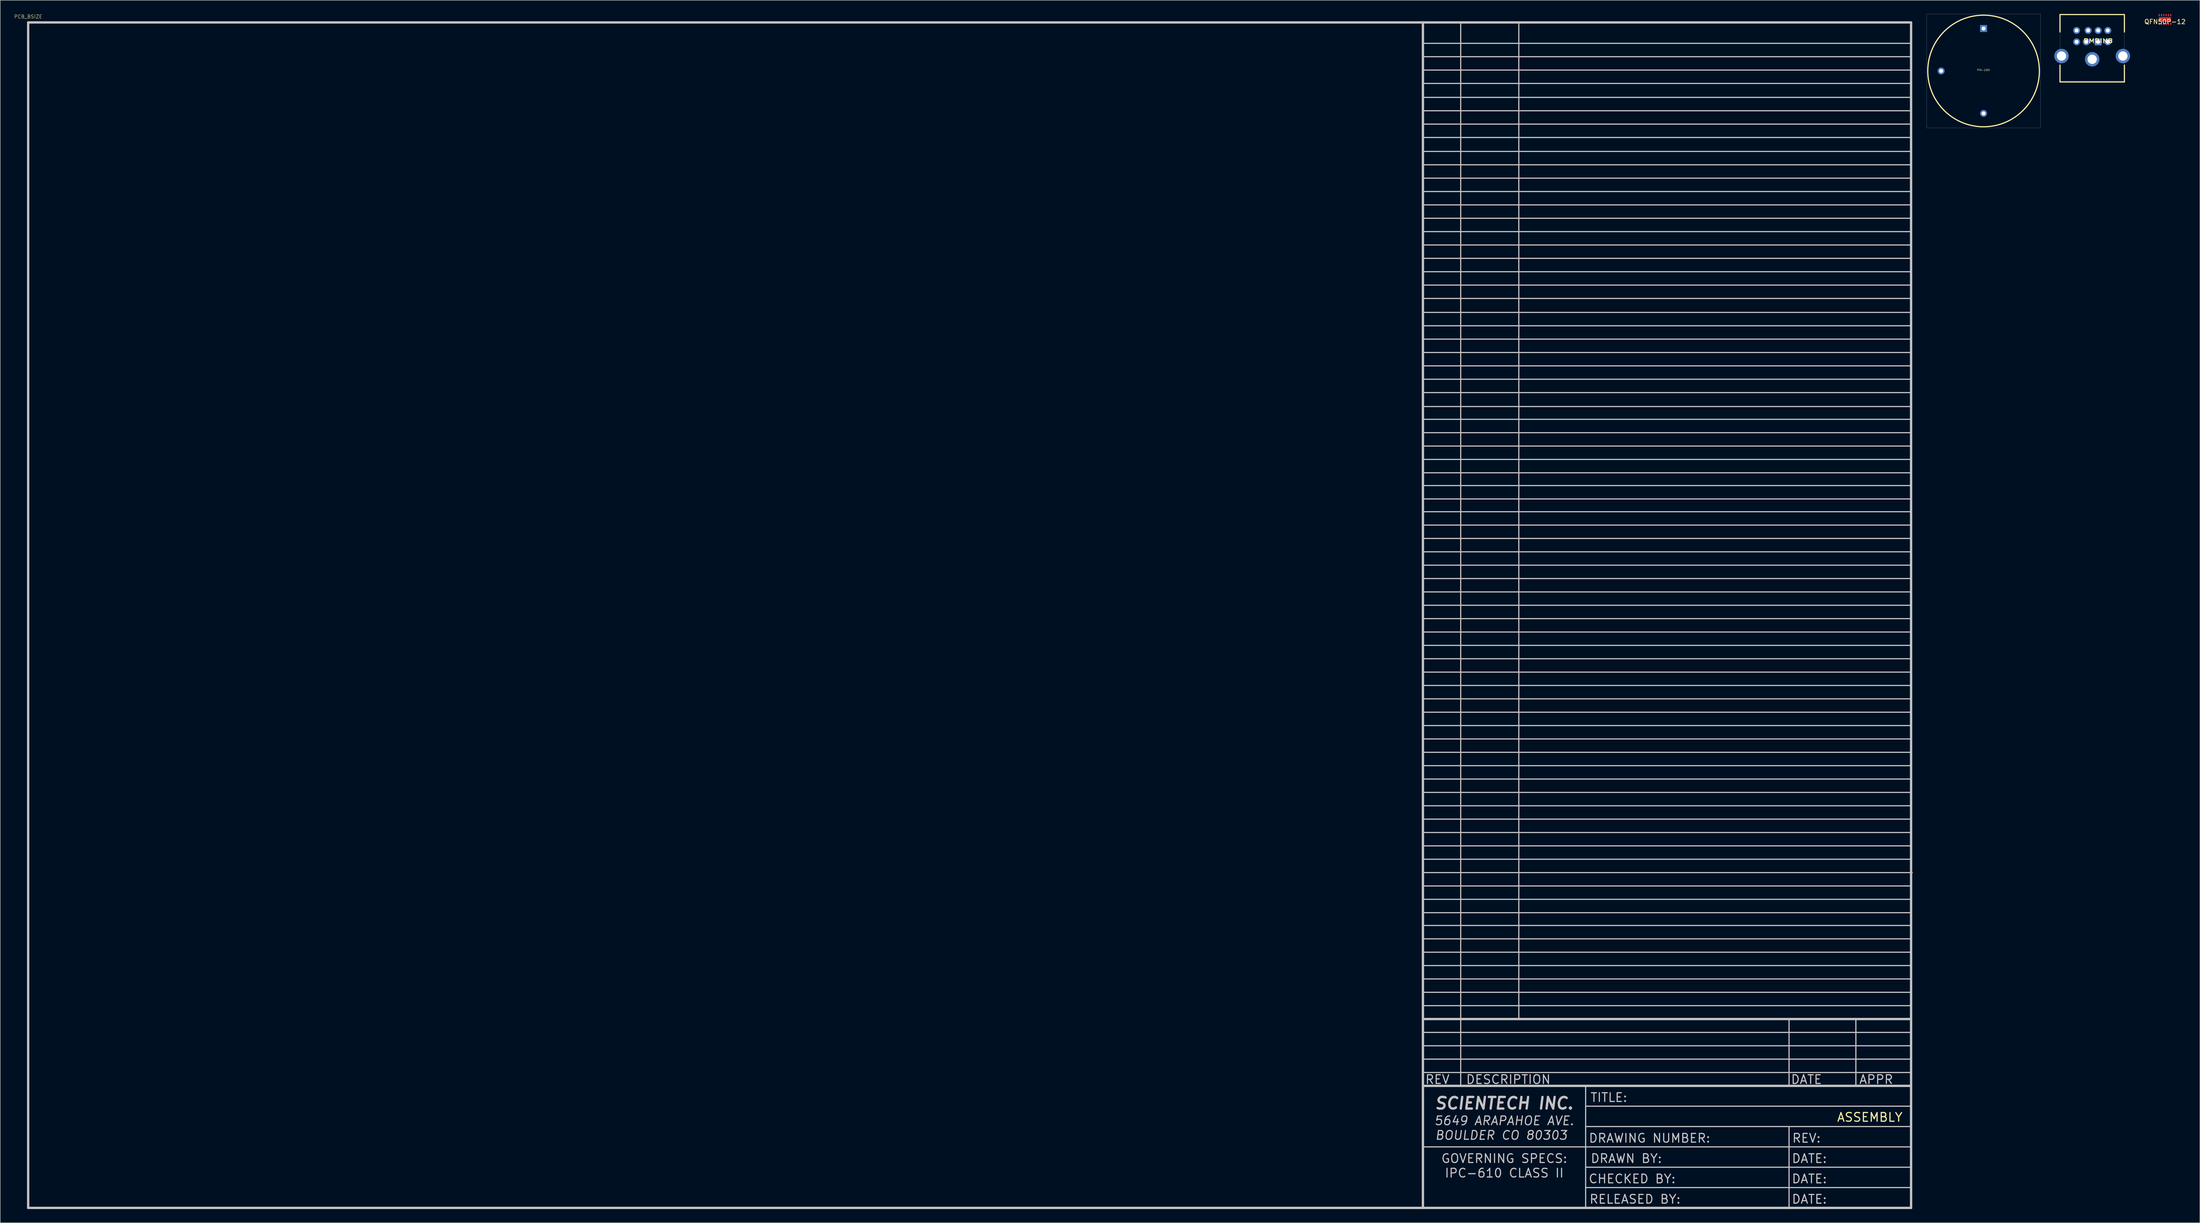
<source format=kicad_pcb>
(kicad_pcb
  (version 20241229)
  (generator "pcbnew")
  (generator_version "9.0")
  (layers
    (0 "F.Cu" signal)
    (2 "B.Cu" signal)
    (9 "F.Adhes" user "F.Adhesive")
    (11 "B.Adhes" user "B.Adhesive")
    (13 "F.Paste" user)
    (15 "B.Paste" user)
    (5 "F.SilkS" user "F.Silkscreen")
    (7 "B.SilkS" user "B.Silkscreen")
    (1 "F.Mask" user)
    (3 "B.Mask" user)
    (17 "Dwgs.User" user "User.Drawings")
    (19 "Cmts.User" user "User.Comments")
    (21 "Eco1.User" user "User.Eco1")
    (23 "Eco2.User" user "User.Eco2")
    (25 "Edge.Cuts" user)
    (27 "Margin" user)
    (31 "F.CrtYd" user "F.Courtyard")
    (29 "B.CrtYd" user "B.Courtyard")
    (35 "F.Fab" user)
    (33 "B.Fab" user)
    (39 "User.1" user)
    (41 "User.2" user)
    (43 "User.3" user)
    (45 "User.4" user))
  (footprint "QFN50P-12"
    (layer "F.Cu")
    (at 470.068 1.2)
    (property "Reference" "QFN50P-12" (at 0 0.5 0) (layer "F.SilkS") (effects (font (size 1 1) (thickness 0.15))))
    (attr smd)
    (pad "1" smd rect (at -1.25 0.95 90) (size 0.5 0.25) (layers "F.Cu" "F.Mask" "F.Paste"))
    (pad "2" smd rect (at -0.75 0.95 90) (size 0.5 0.25) (layers "F.Cu" "F.Mask" "F.Paste"))
    (pad "3" smd rect (at -0.25 0.95 90) (size 0.5 0.25) (layers "F.Cu" "F.Mask" "F.Paste"))
    (pad "4" smd rect (at 0.25 0.95 90) (size 0.5 0.25) (layers "F.Cu" "F.Mask" "F.Paste"))
    (pad "5" smd rect (at 0.75 0.95 90) (size 0.5 0.25) (layers "F.Cu" "F.Mask" "F.Paste"))
    (pad "6" smd rect (at 1.25 0.95 90) (size 0.5 0.25) (layers "F.Cu" "F.Mask" "F.Paste"))
    (pad "7" smd rect (at 1.25 -0.95 90) (size 0.5 0.25) (layers "F.Cu" "F.Mask" "F.Paste"))
    (pad "8" smd rect (at 0.75 -0.95 90) (size 0.5 0.25) (layers "F.Cu" "F.Mask" "F.Paste"))
    (pad "9" smd rect (at 0.25 -0.95 90) (size 0.5 0.25) (layers "F.Cu" "F.Mask" "F.Paste"))
    (pad "10" smd rect (at -0.25 -0.95 90) (size 0.5 0.25) (layers "F.Cu" "F.Mask" "F.Paste"))
    (pad "11" smd rect (at -0.75 -0.95 90) (size 0.5 0.25) (layers "F.Cu" "F.Mask" "F.Paste"))
    (pad "12" smd rect (at -1.25 -0.95 90) (size 0.5 0.25) (layers "F.Cu" "F.Mask" "F.Paste"))
    (pad "13" smd rect (at 0 0) (size 2.65 1) (layers "F.Cu" "F.Mask" "F.Paste")))
  (footprint "PIN-10DI"
    (layer "F.Cu")
    (at 430.424 12.459)
    (property "Reference" "PIN-10DI" (at 0 -0.201 0) (layer "F.SilkS") (effects (font (size 0.399 0.399) (thickness 0.051))))
    (attr smd)
    (fp_circle (center 0 0) (end 12.192 0) (stroke (width 0.254) (type solid)) (fill no) (layer "F.SilkS"))
    (fp_line (start -12.446 -12.446) (end -12.446 12.446) (stroke (width 0.025) (type solid)) (layer "Dwgs.User"))
    (fp_line (start -12.446 12.446) (end 12.446 12.446) (stroke (width 0.025) (type solid)) (layer "Dwgs.User"))
    (fp_line (start 12.446 -12.446) (end -12.446 -12.446) (stroke (width 0.025) (type solid)) (layer "Dwgs.User"))
    (fp_line (start 12.446 12.446) (end 12.446 -12.446) (stroke (width 0.025) (type solid)) (layer "Dwgs.User"))
    (fp_circle (center 0 0) (end 12.192 0) (stroke (width 0.254) (type solid)) (fill no) (layer "Eco1.User"))
    (pad "1" thru_hole rect (at 0 -9.271) (size 1.524 1.524) (drill 0.864) (layers "*.Cu" "*.Mask" "Eco1.User" "Eco2.User"))
    (pad "2" thru_hole circle (at -9.271 0) (size 1.524 1.524) (drill 0.864) (layers "*.Cu" "*.Mask" "Eco1.User" "Eco2.User"))
    (pad "3" thru_hole circle (at 0 9.271) (size 1.524 1.524) (drill 0.864) (layers "*.Cu" "*.Mask" "Eco1.User" "Eco2.User")))
  (footprint "PMDIN8"
    (layer "F.Cu")
    (at 455.458 6.096)
    (property "Reference" "PMDIN8" (at 0 -0.201 0) (layer "F.SilkS") (effects (font (size 0.889 1.143) (thickness 0.203))))
    (attr through_hole)
    (fp_line (start -8.331 -5.969) (end -8.331 -2.159) (stroke (width 0.254) (type solid)) (layer "F.SilkS"))
    (fp_line (start -8.331 5.08) (end -8.331 8.763) (stroke (width 0.254) (type solid)) (layer "F.SilkS"))
    (fp_line (start -8.331 8.763) (end 5.74 8.763) (stroke (width 0.254) (type solid)) (layer "F.SilkS"))
    (fp_line (start 5.74 -5.969) (end -8.331 -5.969) (stroke (width 0.254) (type solid)) (layer "F.SilkS"))
    (fp_line (start 5.74 -2.159) (end 5.74 -5.969) (stroke (width 0.254) (type solid)) (layer "F.SilkS"))
    (fp_line (start 5.74 8.763) (end 5.74 5.08) (stroke (width 0.254) (type solid)) (layer "F.SilkS"))
    (fp_line (start -8.306 -5.994) (end 5.715 -5.994) (stroke (width 0.025) (type solid)) (layer "Dwgs.User"))
    (fp_line (start -8.306 8.509) (end -8.306 -5.994) (stroke (width 0.025) (type solid)) (layer "Dwgs.User"))
    (fp_line (start 5.715 -5.994) (end 5.715 8.509) (stroke (width 0.025) (type solid)) (layer "Dwgs.User"))
    (fp_line (start 5.715 8.509) (end -8.306 8.509) (stroke (width 0.025) (type solid)) (layer "Dwgs.User"))
    (fp_line (start -8.331 -5.969) (end -8.331 -2.159) (stroke (width 0.254) (type solid)) (layer "Eco1.User"))
    (fp_line (start -8.331 5.08) (end -8.331 8.763) (stroke (width 0.254) (type solid)) (layer "Eco1.User"))
    (fp_line (start -8.331 8.763) (end 5.74 8.763) (stroke (width 0.254) (type solid)) (layer "Eco1.User"))
    (fp_line (start 5.74 -5.969) (end -8.331 -5.969) (stroke (width 0.254) (type solid)) (layer "Eco1.User"))
    (fp_line (start 5.74 -2.159) (end 5.74 -5.969) (stroke (width 0.254) (type solid)) (layer "Eco1.User"))
    (fp_line (start 5.74 8.763) (end 5.74 5.08) (stroke (width 0.254) (type solid)) (layer "Eco1.User"))
    (pad "1" thru_hole rect (at 0 0) (size 1.524 1.524) (drill 0.864) (layers "*.Cu" "*.Mask" "Eco1.User" "Eco2.User"))
    (pad "2" thru_hole circle (at -2.591 0) (size 1.524 1.524) (drill 0.864) (layers "*.Cu" "*.Mask" "Eco1.User" "Eco2.User"))
    (pad "3" thru_hole circle (at 2.108 0) (size 1.524 1.524) (drill 0.864) (layers "*.Cu" "*.Mask" "Eco1.User" "Eco2.User"))
    (pad "4" thru_hole circle (at 0 -2.489) (size 1.524 1.524) (drill 0.864) (layers "*.Cu" "*.Mask" "Eco1.User" "Eco2.User"))
    (pad "5" thru_hole circle (at -4.699 0) (size 1.524 1.524) (drill 0.864) (layers "*.Cu" "*.Mask" "Eco1.User" "Eco2.User"))
    (pad "6" thru_hole circle (at 2.108 -2.489) (size 1.524 1.524) (drill 0.864) (layers "*.Cu" "*.Mask" "Eco1.User" "Eco2.User"))
    (pad "7" thru_hole circle (at -2.184 -2.489) (size 1.524 1.524) (drill 0.864) (layers "*.Cu" "*.Mask" "Eco1.User" "Eco2.User"))
    (pad "8" thru_hole circle (at -4.699 -2.489) (size 1.524 1.524) (drill 0.864) (layers "*.Cu" "*.Mask" "Eco1.User" "Eco2.User"))
    (pad "9" thru_hole circle (at -8.001 3.099) (size 3.15 3.15) (drill 2.032) (layers "*.Cu" "*.Mask" "Eco1.User" "Eco2.User"))
    (pad "10" thru_hole circle (at -1.295 3.81) (size 3.15 3.15) (drill 2.032) (layers "*.Cu" "*.Mask" "Eco1.User" "Eco2.User"))
    (pad "11" thru_hole circle (at 5.41 3.099) (size 3.15 3.15) (drill 2.032) (layers "*.Cu" "*.Mask" "Eco1.User" "Eco2.User")))
  (footprint "PCB_BSIZE"
    (layer "F.Cu")
    (at 3.104 1.85)
    (property "Reference" "PCB_BSIZE" (at 0 -1.27 0) (layer "F.SilkS") (effects (font (size 0.762 0.762) (thickness 0.076))))
    (attr through_hole)
    (fp_line (start 0 0) (end 411.48 0) (stroke (width 0.508) (type solid)) (layer "Dwgs.User"))
    (fp_line (start 0 259.08) (end 0 0) (stroke (width 0.508) (type solid)) (layer "Dwgs.User"))
    (fp_line (start 0 259.08) (end 411.48 259.08) (stroke (width 0.508) (type solid)) (layer "Dwgs.User"))
    (fp_line (start 304.8 4.572) (end 411.48 4.572) (stroke (width 0.254) (type solid)) (layer "Dwgs.User"))
    (fp_line (start 304.8 7.493) (end 411.48 7.493) (stroke (width 0.254) (type solid)) (layer "Dwgs.User"))
    (fp_line (start 304.8 13.335) (end 411.48 13.335) (stroke (width 0.254) (type solid)) (layer "Dwgs.User"))
    (fp_line (start 304.8 16.383) (end 411.48 16.383) (stroke (width 0.254) (type solid)) (layer "Dwgs.User"))
    (fp_line (start 304.8 22.225) (end 411.48 22.225) (stroke (width 0.254) (type solid)) (layer "Dwgs.User"))
    (fp_line (start 304.8 25.146) (end 411.48 25.146) (stroke (width 0.254) (type solid)) (layer "Dwgs.User"))
    (fp_line (start 304.8 31.115) (end 411.48 31.115) (stroke (width 0.254) (type solid)) (layer "Dwgs.User"))
    (fp_line (start 304.8 34.036) (end 411.48 34.036) (stroke (width 0.254) (type solid)) (layer "Dwgs.User"))
    (fp_line (start 304.8 39.878) (end 411.48 39.878) (stroke (width 0.254) (type solid)) (layer "Dwgs.User"))
    (fp_line (start 304.8 45.72) (end 411.48 45.72) (stroke (width 0.254) (type solid)) (layer "Dwgs.User"))
    (fp_line (start 304.8 48.641) (end 411.48 48.641) (stroke (width 0.254) (type solid)) (layer "Dwgs.User"))
    (fp_line (start 304.8 54.483) (end 411.48 54.483) (stroke (width 0.254) (type solid)) (layer "Dwgs.User"))
    (fp_line (start 304.8 60.325) (end 411.48 60.325) (stroke (width 0.254) (type solid)) (layer "Dwgs.User"))
    (fp_line (start 304.8 63.373) (end 411.48 63.373) (stroke (width 0.254) (type solid)) (layer "Dwgs.User"))
    (fp_line (start 304.8 66.294) (end 411.48 66.294) (stroke (width 0.254) (type solid)) (layer "Dwgs.User"))
    (fp_line (start 304.8 72.136) (end 411.48 72.136) (stroke (width 0.254) (type solid)) (layer "Dwgs.User"))
    (fp_line (start 304.8 75.057) (end 411.48 75.057) (stroke (width 0.254) (type solid)) (layer "Dwgs.User"))
    (fp_line (start 304.8 80.899) (end 411.48 80.899) (stroke (width 0.254) (type solid)) (layer "Dwgs.User"))
    (fp_line (start 304.8 83.947) (end 411.48 83.947) (stroke (width 0.254) (type solid)) (layer "Dwgs.User"))
    (fp_line (start 304.8 89.662) (end 411.48 89.662) (stroke (width 0.254) (type solid)) (layer "Dwgs.User"))
    (fp_line (start 304.8 92.583) (end 411.48 92.583) (stroke (width 0.254) (type solid)) (layer "Dwgs.User"))
    (fp_line (start 304.8 98.425) (end 411.48 98.425) (stroke (width 0.254) (type solid)) (layer "Dwgs.User"))
    (fp_line (start 304.8 101.219) (end 411.48 101.219) (stroke (width 0.254) (type solid)) (layer "Dwgs.User"))
    (fp_line (start 304.8 106.934) (end 411.48 106.934) (stroke (width 0.254) (type solid)) (layer "Dwgs.User"))
    (fp_line (start 304.8 109.855) (end 411.48 109.855) (stroke (width 0.254) (type solid)) (layer "Dwgs.User"))
    (fp_line (start 304.8 115.697) (end 411.48 115.697) (stroke (width 0.254) (type solid)) (layer "Dwgs.User"))
    (fp_line (start 304.8 118.618) (end 411.48 118.618) (stroke (width 0.254) (type solid)) (layer "Dwgs.User"))
    (fp_line (start 304.8 121.539) (end 411.48 121.539) (stroke (width 0.254) (type solid)) (layer "Dwgs.User"))
    (fp_line (start 304.8 127.381) (end 411.48 127.381) (stroke (width 0.254) (type solid)) (layer "Dwgs.User"))
    (fp_line (start 304.8 133.223) (end 411.48 133.223) (stroke (width 0.254) (type solid)) (layer "Dwgs.User"))
    (fp_line (start 304.8 139.065) (end 411.48 139.065) (stroke (width 0.254) (type solid)) (layer "Dwgs.User"))
    (fp_line (start 304.8 144.907) (end 411.48 144.907) (stroke (width 0.254) (type solid)) (layer "Dwgs.User"))
    (fp_line (start 304.8 150.749) (end 411.48 150.749) (stroke (width 0.254) (type solid)) (layer "Dwgs.User"))
    (fp_line (start 304.8 156.591) (end 411.48 156.591) (stroke (width 0.254) (type solid)) (layer "Dwgs.User"))
    (fp_line (start 304.8 162.433) (end 411.48 162.433) (stroke (width 0.254) (type solid)) (layer "Dwgs.User"))
    (fp_line (start 304.8 165.354) (end 411.48 165.354) (stroke (width 0.254) (type solid)) (layer "Dwgs.User"))
    (fp_line (start 304.8 171.196) (end 411.48 171.196) (stroke (width 0.254) (type solid)) (layer "Dwgs.User"))
    (fp_line (start 304.8 177.038) (end 411.48 177.038) (stroke (width 0.254) (type solid)) (layer "Dwgs.User"))
    (fp_line (start 304.8 188.722) (end 411.48 188.722) (stroke (width 0.254) (type solid)) (layer "Dwgs.User"))
    (fp_line (start 304.8 191.643) (end 411.48 191.643) (stroke (width 0.254) (type solid)) (layer "Dwgs.User"))
    (fp_line (start 304.8 197.358) (end 411.48 197.358) (stroke (width 0.254) (type solid)) (layer "Dwgs.User"))
    (fp_line (start 304.8 203.2) (end 411.48 203.2) (stroke (width 0.254) (type solid)) (layer "Dwgs.User"))
    (fp_line (start 304.8 209.042) (end 411.48 209.042) (stroke (width 0.254) (type solid)) (layer "Dwgs.User"))
    (fp_line (start 304.8 226.568) (end 411.48 226.568) (stroke (width 0.254) (type solid)) (layer "Dwgs.User"))
    (fp_line (start 304.8 232.41) (end 411.48 232.41) (stroke (width 0.508) (type solid)) (layer "Dwgs.User"))
    (fp_line (start 304.8 245.745) (end 411.48 245.745) (stroke (width 0.254) (type solid)) (layer "Dwgs.User"))
    (fp_line (start 304.8 259.08) (end 304.8 0) (stroke (width 0.508) (type solid)) (layer "Dwgs.User"))
    (fp_line (start 304.927 214.884) (end 411.607 214.884) (stroke (width 0.254) (type solid)) (layer "Dwgs.User"))
    (fp_line (start 304.927 220.726) (end 411.607 220.726) (stroke (width 0.254) (type solid)) (layer "Dwgs.User"))
    (fp_line (start 313.055 0) (end 313.055 232.41) (stroke (width 0.254) (type solid)) (layer "Dwgs.User"))
    (fp_line (start 325.755 217.805) (end 325.755 0) (stroke (width 0.254) (type solid)) (layer "Dwgs.User"))
    (fp_line (start 340.36 241.3) (end 411.48 241.3) (stroke (width 0.254) (type solid)) (layer "Dwgs.User"))
    (fp_line (start 340.36 254.635) (end 411.48 254.635) (stroke (width 0.254) (type solid)) (layer "Dwgs.User"))
    (fp_line (start 340.36 259.08) (end 340.36 232.41) (stroke (width 0.254) (type solid)) (layer "Dwgs.User"))
    (fp_line (start 384.81 217.805) (end 384.81 232.41) (stroke (width 0.254) (type solid)) (layer "Dwgs.User"))
    (fp_line (start 384.81 259.08) (end 384.81 241.3) (stroke (width 0.254) (type solid)) (layer "Dwgs.User"))
    (fp_line (start 399.415 217.805) (end 399.415 232.41) (stroke (width 0.254) (type solid)) (layer "Dwgs.User"))
    (fp_line (start 411.48 0) (end 411.48 259.08) (stroke (width 0.508) (type solid)) (layer "Dwgs.User"))
    (fp_line (start 411.48 10.414) (end 304.8 10.414) (stroke (width 0.254) (type solid)) (layer "Dwgs.User"))
    (fp_line (start 411.48 19.304) (end 304.8 19.304) (stroke (width 0.254) (type solid)) (layer "Dwgs.User"))
    (fp_line (start 411.48 28.194) (end 304.8 28.194) (stroke (width 0.254) (type solid)) (layer "Dwgs.User"))
    (fp_line (start 411.48 36.957) (end 304.8 36.957) (stroke (width 0.254) (type solid)) (layer "Dwgs.User"))
    (fp_line (start 411.48 42.799) (end 304.8 42.799) (stroke (width 0.254) (type solid)) (layer "Dwgs.User"))
    (fp_line (start 411.48 51.562) (end 304.8 51.562) (stroke (width 0.254) (type solid)) (layer "Dwgs.User"))
    (fp_line (start 411.48 57.404) (end 304.8 57.404) (stroke (width 0.254) (type solid)) (layer "Dwgs.User"))
    (fp_line (start 411.48 69.215) (end 304.8 69.215) (stroke (width 0.254) (type solid)) (layer "Dwgs.User"))
    (fp_line (start 411.48 77.978) (end 304.8 77.978) (stroke (width 0.254) (type solid)) (layer "Dwgs.User"))
    (fp_line (start 411.48 86.741) (end 304.8 86.741) (stroke (width 0.254) (type solid)) (layer "Dwgs.User"))
    (fp_line (start 411.48 95.504) (end 304.8 95.504) (stroke (width 0.254) (type solid)) (layer "Dwgs.User"))
    (fp_line (start 411.48 104.14) (end 304.8 104.14) (stroke (width 0.254) (type solid)) (layer "Dwgs.User"))
    (fp_line (start 411.48 112.776) (end 304.8 112.776) (stroke (width 0.254) (type solid)) (layer "Dwgs.User"))
    (fp_line (start 411.48 124.46) (end 304.8 124.46) (stroke (width 0.254) (type solid)) (layer "Dwgs.User"))
    (fp_line (start 411.48 130.302) (end 304.8 130.302) (stroke (width 0.254) (type solid)) (layer "Dwgs.User"))
    (fp_line (start 411.48 136.144) (end 304.8 136.144) (stroke (width 0.254) (type solid)) (layer "Dwgs.User"))
    (fp_line (start 411.48 141.986) (end 304.8 141.986) (stroke (width 0.254) (type solid)) (layer "Dwgs.User"))
    (fp_line (start 411.48 147.828) (end 304.8 147.828) (stroke (width 0.254) (type solid)) (layer "Dwgs.User"))
    (fp_line (start 411.48 153.67) (end 304.8 153.67) (stroke (width 0.254) (type solid)) (layer "Dwgs.User"))
    (fp_line (start 411.48 159.512) (end 304.8 159.512) (stroke (width 0.254) (type solid)) (layer "Dwgs.User"))
    (fp_line (start 411.48 168.275) (end 304.8 168.275) (stroke (width 0.254) (type solid)) (layer "Dwgs.User"))
    (fp_line (start 411.48 174.117) (end 304.8 174.117) (stroke (width 0.254) (type solid)) (layer "Dwgs.User"))
    (fp_line (start 411.48 179.959) (end 304.8 179.959) (stroke (width 0.254) (type solid)) (layer "Dwgs.User"))
    (fp_line (start 411.48 182.88) (end 304.8 182.88) (stroke (width 0.254) (type solid)) (layer "Dwgs.User"))
    (fp_line (start 411.48 194.564) (end 304.8 194.564) (stroke (width 0.254) (type solid)) (layer "Dwgs.User"))
    (fp_line (start 411.48 200.279) (end 304.8 200.279) (stroke (width 0.254) (type solid)) (layer "Dwgs.User"))
    (fp_line (start 411.48 206.121) (end 304.8 206.121) (stroke (width 0.254) (type solid)) (layer "Dwgs.User"))
    (fp_line (start 411.48 211.963) (end 304.8 211.963) (stroke (width 0.254) (type solid)) (layer "Dwgs.User"))
    (fp_line (start 411.48 217.805) (end 304.8 217.805) (stroke (width 0.508) (type solid)) (layer "Dwgs.User"))
    (fp_line (start 411.48 223.647) (end 304.8 223.647) (stroke (width 0.254) (type solid)) (layer "Dwgs.User"))
    (fp_line (start 411.48 229.489) (end 304.8 229.489) (stroke (width 0.254) (type solid)) (layer "Dwgs.User"))
    (fp_line (start 411.48 236.855) (end 340.36 236.855) (stroke (width 0.254) (type solid)) (layer "Dwgs.User"))
    (fp_line (start 411.48 250.19) (end 340.36 250.19) (stroke (width 0.254) (type solid)) (layer "Dwgs.User"))
    (fp_line (start 411.734 185.801) (end 305.054 185.801) (stroke (width 0.254) (type solid)) (layer "Dwgs.User"))
    (fp_text user "ASSEMBLY" (at 402.463 239.268 0) (layer "F.SilkS") (effects (font (size 1.905 1.905) (thickness 0.254))))
    (fp_text user "IPC-610 CLASS II" (at 322.58 251.46 0) (layer "Dwgs.User") (effects (font (size 1.905 1.905) (thickness 0.254))))
    (fp_text user "REV" (at 307.975 231.013 0) (layer "Dwgs.User") (effects (font (size 1.905 1.905) (thickness 0.254))))
    (fp_text user "SCIENTECH INC." (at 322.58 236.22 0) (layer "Dwgs.User") (effects (font (size 2.54 2.54) (thickness 0.508) (italic yes))))
    (fp_text user "DESCRIPTION" (at 323.469 231.013 0) (layer "Dwgs.User") (effects (font (size 1.905 1.905) (thickness 0.254))))
    (fp_text user "5649 ARAPAHOE AVE." (at 322.58 240.03 0) (layer "Dwgs.User") (effects (font (size 1.905 1.905) (thickness 0.254) (italic yes))))
    (fp_text user "DATE" (at 388.62 231.013 0) (layer "Dwgs.User") (effects (font (size 1.905 1.905) (thickness 0.254))))
    (fp_text user "DRAWING NUMBER:" (at 354.33 243.84 0) (layer "Dwgs.User") (effects (font (size 1.905 1.905) (thickness 0.254))))
    (fp_text user "DATE:" (at 389.255 257.175 0) (layer "Dwgs.User") (effects (font (size 1.905 1.905) (thickness 0.254))))
    (fp_text user "RELEASED BY:" (at 351.155 257.175 0) (layer "Dwgs.User") (effects (font (size 1.905 1.905) (thickness 0.254))))
    (fp_text user "APPR" (at 403.86 231.013 0) (layer "Dwgs.User") (effects (font (size 1.905 1.905) (thickness 0.254))))
    (fp_text user "BOULDER CO 80303" (at 321.945 243.205 0) (layer "Dwgs.User") (effects (font (size 1.905 1.905) (thickness 0.254) (italic yes))))
    (fp_text user "DATE:" (at 389.255 252.73 0) (layer "Dwgs.User") (effects (font (size 1.905 1.905) (thickness 0.254))))
    (fp_text user "REV:" (at 388.62 243.84 0) (layer "Dwgs.User") (effects (font (size 1.905 1.905) (thickness 0.254))))
    (fp_text user "DATE:" (at 389.255 248.285 0) (layer "Dwgs.User") (effects (font (size 1.905 1.905) (thickness 0.254))))
    (fp_text user "CHECKED BY:" (at 350.52 252.73 0) (layer "Dwgs.User") (effects (font (size 1.905 1.905) (thickness 0.254))))
    (fp_text user "DRAWN BY:" (at 349.25 248.285 0) (layer "Dwgs.User") (effects (font (size 1.905 1.905) (thickness 0.254))))
    (fp_text user "TITLE:" (at 345.44 234.95 0) (layer "Dwgs.User") (effects (font (size 1.905 1.905) (thickness 0.254))))
    (fp_text user "GOVERNING SPECS:" (at 322.58 248.285 0) (layer "Dwgs.User") (effects (font (size 1.905 1.905) (thickness 0.254)))))
  (gr_rect
    (start -3 -3)
    (end 477.693 264.184)
    (stroke (width 0.1) (type default))
    (fill no)
    (layer "Edge.Cuts")))
</source>
